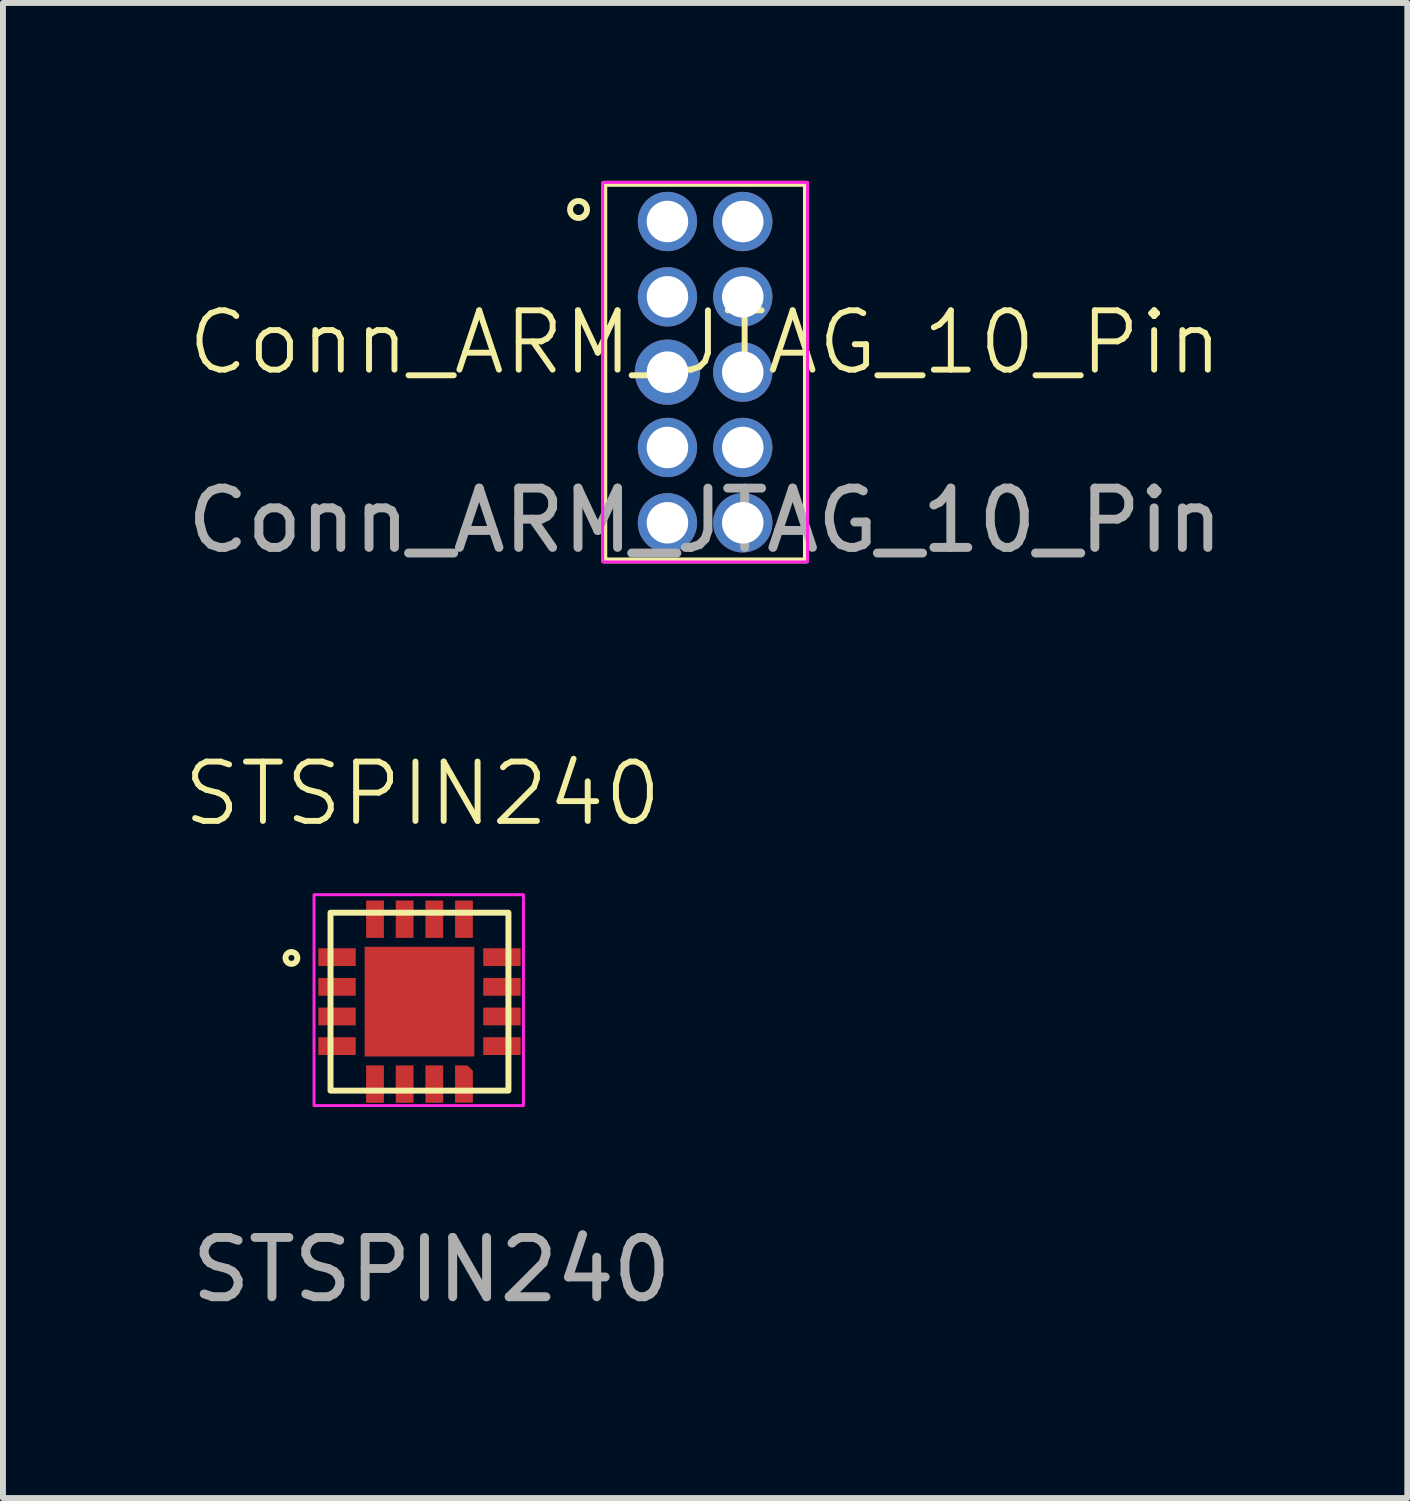
<source format=kicad_pcb>
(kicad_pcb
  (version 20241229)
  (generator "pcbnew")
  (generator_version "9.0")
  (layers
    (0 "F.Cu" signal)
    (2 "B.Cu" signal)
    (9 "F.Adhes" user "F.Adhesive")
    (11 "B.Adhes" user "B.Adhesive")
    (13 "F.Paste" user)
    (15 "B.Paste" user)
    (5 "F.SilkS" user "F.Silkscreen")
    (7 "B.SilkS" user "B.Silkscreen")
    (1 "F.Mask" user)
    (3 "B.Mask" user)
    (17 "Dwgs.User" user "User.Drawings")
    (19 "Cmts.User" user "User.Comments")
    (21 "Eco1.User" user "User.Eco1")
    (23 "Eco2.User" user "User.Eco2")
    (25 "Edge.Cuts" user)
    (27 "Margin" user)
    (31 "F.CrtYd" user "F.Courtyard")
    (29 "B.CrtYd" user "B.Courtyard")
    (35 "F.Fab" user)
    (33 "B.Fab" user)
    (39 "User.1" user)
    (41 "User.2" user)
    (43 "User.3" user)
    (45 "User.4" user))
  (footprint "Conn_ARM_JTAG_10_Pin"
    (layer "F.Cu")
    (at 8.839 3.225)
    (property "Reference" "Conn_ARM_JTAG_10_Pin" (at 0 -0.5 0) (unlocked yes) (layer "F.SilkS") (effects (font (size 1 1) (thickness 0.1))))
    (attr through_hole)
    (fp_rect (start -1.7 -3.175) (end 1.7 3.175) (stroke (width 0.1) (type default)) (fill no) (layer "F.SilkS"))
    (fp_circle (center -2.134 -2.743) (end -2.032 -2.642) (stroke (width 0.1) (type default)) (fill no) (layer "F.SilkS"))
    (fp_rect (start -1.727 -3.2) (end 1.727 3.2) (stroke (width 0.05) (type solid)) (fill no) (layer "F.CrtYd"))
    (fp_text user "${REFERENCE}" (at 0 2.5 0) (unlocked yes) (layer "F.Fab") (effects (font (size 1 1) (thickness 0.15))))
    (pad "1" thru_hole circle (at -0.635 -2.54) (size 1 1) (drill 0.7) (layers "*.Cu" "*.Mask"))
    (pad "2" thru_hole circle (at 0.635 -2.54) (size 1 1) (drill 0.7) (layers "*.Cu" "*.Mask"))
    (pad "3" thru_hole circle (at -0.635 -1.27) (size 1 1) (drill 0.7) (layers "*.Cu" "*.Mask"))
    (pad "4" thru_hole circle (at 0.635 -1.27) (size 1 1) (drill 0.7) (layers "*.Cu" "*.Mask"))
    (pad "5" thru_hole circle (at -0.635 0) (size 1.1 1.1) (drill 0.7) (layers "*.Cu" "*.Mask"))
    (pad "6" thru_hole circle (at 0.635 0) (size 1 1) (drill 0.7) (layers "*.Cu" "*.Mask"))
    (pad "7" thru_hole circle (at -0.635 1.27) (size 1 1) (drill 0.7) (layers "*.Cu" "*.Mask"))
    (pad "8" thru_hole circle (at 0.635 1.27) (size 1 1) (drill 0.7) (layers "*.Cu" "*.Mask"))
    (pad "9" thru_hole circle (at -0.635 2.54) (size 1 1) (drill 0.7) (layers "*.Cu" "*.Mask"))
    (pad "10" thru_hole circle (at 0.635 2.54) (size 1 1) (drill 0.7) (layers "*.Cu" "*.Mask")))
  (footprint "STSPIN240"
    (layer "F.Cu")
    (at 4.023 13.839)
    (property "Reference" "STSPIN240" (at 0.051 -3.505 0) (unlocked yes) (layer "F.SilkS") (effects (font (size 1 1) (thickness 0.1))))
    (attr smd)
    (fp_rect (start -1.5 -1.5) (end 1.5 1.5) (stroke (width 0.1) (type default)) (fill no) (layer "F.SilkS"))
    (fp_circle (center -2.159 -0.737) (end -2.059 -0.737) (stroke (width 0.1) (type default)) (fill no) (layer "F.SilkS"))
    (fp_rect (start -1.778 -1.803) (end 1.753 1.753) (stroke (width 0.05) (type solid)) (fill no) (layer "F.CrtYd"))
    (fp_text user "${REFERENCE}" (at 0.203 4.521 0) (unlocked yes) (layer "F.Fab") (effects (font (size 1 1) (thickness 0.15))))
    (pad "1" smd rect (at -1.39 -0.75) (size 0.63 0.3) (layers "F.Cu" "F.Mask" "F.Paste"))
    (pad "2" smd rect (at -1.39 -0.25) (size 0.63 0.3) (layers "F.Cu" "F.Mask" "F.Paste"))
    (pad "3" smd rect (at -1.39 0.25) (size 0.63 0.3) (layers "F.Cu" "F.Mask" "F.Paste"))
    (pad "4" smd rect (at -1.39 0.75) (size 0.63 0.3) (layers "F.Cu" "F.Mask" "F.Paste"))
    (pad "5" smd rect (at -0.75 1.39) (size 0.3 0.63) (layers "F.Cu" "F.Mask" "F.Paste"))
    (pad "6" smd rect (at -0.25 1.39) (size 0.3 0.63) (layers "F.Cu" "F.Mask" "F.Paste"))
    (pad "7" smd rect (at 0.25 1.39) (size 0.3 0.63) (layers "F.Cu" "F.Mask" "F.Paste"))
    (pad "8" smd roundrect (at 0.75 1.39) (size 0.3 0.63) (layers "F.Cu" "F.Mask" "F.Paste") (roundrect_rratio 0) (chamfer_ratio 0.3) (chamfer top_right))
    (pad "9" smd rect (at 1.39 0.75) (size 0.63 0.3) (layers "F.Cu" "F.Mask" "F.Paste"))
    (pad "10" smd rect (at 1.39 0.25) (size 0.63 0.3) (layers "F.Cu" "F.Mask" "F.Paste"))
    (pad "11" smd rect (at 1.39 -0.25) (size 0.63 0.3) (layers "F.Cu" "F.Mask" "F.Paste"))
    (pad "12" smd rect (at 1.39 -0.75) (size 0.63 0.3) (layers "F.Cu" "F.Mask" "F.Paste"))
    (pad "13" smd rect (at 0.75 -1.39) (size 0.3 0.63) (layers "F.Cu" "F.Mask" "F.Paste"))
    (pad "14" smd rect (at 0.25 -1.39) (size 0.3 0.63) (layers "F.Cu" "F.Mask" "F.Paste"))
    (pad "15" smd rect (at -0.25 -1.39) (size 0.3 0.63) (layers "F.Cu" "F.Mask" "F.Paste"))
    (pad "16" smd rect (at -0.75 -1.39) (size 0.3 0.63) (layers "F.Cu" "F.Mask" "F.Paste"))
    (pad "17" smd rect (at 0 0) (size 1.85 1.85) (layers "F.Cu" "F.Mask" "F.Paste")))
  (gr_rect
    (start -3 -3)
    (end 20.679 22.209)
    (stroke (width 0.1) (type default))
    (fill no)
    (layer "Edge.Cuts")))
</source>
